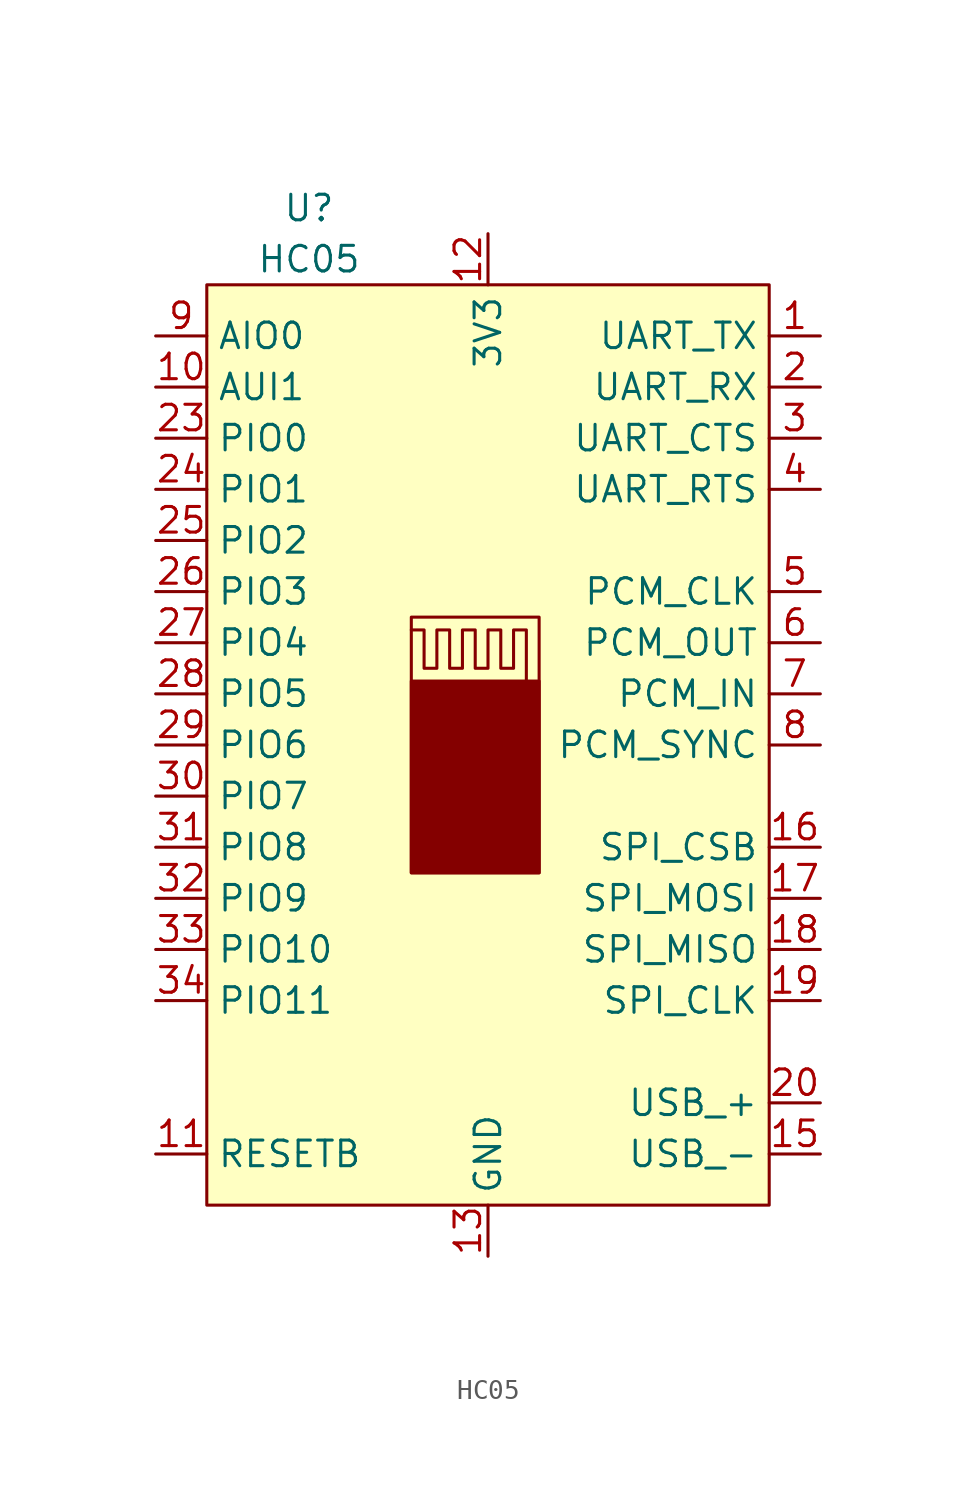
<source format=kicad_sym>
(kicad_symbol_lib
  (version 20220914)
  (generator kicad_symbol_editor)
  (symbol "HC05"
    (property "Reference" "U"
      (at 0 2.54 0)
      (effects (font (size 1.27 1.27))))
    (property "Value" "HC05"
      (at 0 0 0)
      (effects (font (size 1.27 1.27))))
    (symbol "HC05_1_1"
      (rectangle (start -5.08 -1.27) (end 22.86 -46.99) (stroke (width 0) (type default)) (fill (type background)))
      (polyline (pts (xy 10.795 -20.955) (xy 10.795 -18.415) (xy 10.16 -18.415) (xy 10.16 -20.32) (xy 9.525 -20.32) (xy 9.525 -18.415) (xy 8.89 -18.415) (xy 8.89 -20.32) (xy 8.255 -20.32) (xy 8.255 -18.415) (xy 7.62 -18.415) (xy 7.62 -20.32) (xy 6.985 -20.32) (xy 6.985 -18.415) (xy 6.35 -18.415) (xy 6.35 -20.32) (xy 5.715 -20.32) (xy 5.715 -18.415) (xy 5.08 -18.415)) (stroke (width 0) (type default)) (fill (type none)))
      (rectangle (start 5.08 -20.955) (end 11.43 -30.48) (stroke (width 0) (type default)) (fill (type outline)))
      (rectangle (start 5.08 -17.78) (end 11.43 -30.48) (stroke (width 0) (type default)) (fill (type none)))
      (pin output line (at 25.4 -3.81 180) (length 2.54) (name "UART_TX" (effects (font (size 1.27 1.27)))) (number "1" (effects (font (size 1.27 1.27)))))
      (pin bidirectional line (at -7.62 -6.35 0) (length 2.54) (name "AUI1" (effects (font (size 1.27 1.27)))) (number "10" (effects (font (size 1.27 1.27)))))
      (pin input line (at -7.62 -44.45 0) (length 2.54) (name "RESETB" (effects (font (size 1.27 1.27)))) (number "11" (effects (font (size 1.27 1.27)))))
      (pin power_in line (at 8.89 1.27 270) (length 2.54) (name "3V3" (effects (font (size 1.27 1.27)))) (number "12" (effects (font (size 1.27 1.27)))))
      (pin power_in line (at 8.89 -49.53 90) (length 2.54) (name "GND" (effects (font (size 1.27 1.27)))) (number "13" (effects (font (size 1.27 1.27)))))
      (pin bidirectional line (at 25.4 -44.45 180) (length 2.54) (name "USB_-" (effects (font (size 1.27 1.27)))) (number "15" (effects (font (size 1.27 1.27)))))
      (pin input line (at 25.4 -29.21 180) (length 2.54) (name "SPI_CSB" (effects (font (size 1.27 1.27)))) (number "16" (effects (font (size 1.27 1.27)))))
      (pin input line (at 25.4 -31.75 180) (length 2.54) (name "SPI_MOSI" (effects (font (size 1.27 1.27)))) (number "17" (effects (font (size 1.27 1.27)))))
      (pin input line (at 25.4 -34.29 180) (length 2.54) (name "SPI_MISO" (effects (font (size 1.27 1.27)))) (number "18" (effects (font (size 1.27 1.27)))))
      (pin input line (at 25.4 -36.83 180) (length 2.54) (name "SPI_CLK" (effects (font (size 1.27 1.27)))) (number "19" (effects (font (size 1.27 1.27)))))
      (pin input line (at 25.4 -6.35 180) (length 2.54) (name "UART_RX" (effects (font (size 1.27 1.27)))) (number "2" (effects (font (size 1.27 1.27)))))
      (pin bidirectional line (at 25.4 -41.91 180) (length 2.54) (name "USB_+" (effects (font (size 1.27 1.27)))) (number "20" (effects (font (size 1.27 1.27)))))
      (pin power_in line (at 8.89 -49.53 90) (length 2.54) hide (name "GND" (effects (font (size 1.27 1.27)))) (number "21" (effects (font (size 1.27 1.27)))))
      (pin power_in line (at 8.89 -49.53 90) (length 2.54) hide (name "GND" (effects (font (size 1.27 1.27)))) (number "22" (effects (font (size 1.27 1.27)))))
      (pin bidirectional line (at -7.62 -8.89 0) (length 2.54) (name "PIO0" (effects (font (size 1.27 1.27)))) (number "23" (effects (font (size 1.27 1.27)))))
      (pin bidirectional line (at -7.62 -11.43 0) (length 2.54) (name "PIO1" (effects (font (size 1.27 1.27)))) (number "24" (effects (font (size 1.27 1.27)))))
      (pin bidirectional line (at -7.62 -13.97 0) (length 2.54) (name "PIO2" (effects (font (size 1.27 1.27)))) (number "25" (effects (font (size 1.27 1.27)))))
      (pin bidirectional line (at -7.62 -16.51 0) (length 2.54) (name "PIO3" (effects (font (size 1.27 1.27)))) (number "26" (effects (font (size 1.27 1.27)))))
      (pin bidirectional line (at -7.62 -19.05 0) (length 2.54) (name "PIO4" (effects (font (size 1.27 1.27)))) (number "27" (effects (font (size 1.27 1.27)))))
      (pin bidirectional line (at -7.62 -21.59 0) (length 2.54) (name "PIO5" (effects (font (size 1.27 1.27)))) (number "28" (effects (font (size 1.27 1.27)))))
      (pin bidirectional line (at -7.62 -24.13 0) (length 2.54) (name "PIO6" (effects (font (size 1.27 1.27)))) (number "29" (effects (font (size 1.27 1.27)))))
      (pin input line (at 25.4 -8.89 180) (length 2.54) (name "UART_CTS" (effects (font (size 1.27 1.27)))) (number "3" (effects (font (size 1.27 1.27)))))
      (pin bidirectional line (at -7.62 -26.67 0) (length 2.54) (name "PIO7" (effects (font (size 1.27 1.27)))) (number "30" (effects (font (size 1.27 1.27)))))
      (pin bidirectional line (at -7.62 -29.21 0) (length 2.54) (name "PIO8" (effects (font (size 1.27 1.27)))) (number "31" (effects (font (size 1.27 1.27)))))
      (pin bidirectional line (at -7.62 -31.75 0) (length 2.54) (name "PIO9" (effects (font (size 1.27 1.27)))) (number "32" (effects (font (size 1.27 1.27)))))
      (pin bidirectional line (at -7.62 -34.29 0) (length 2.54) (name "PIO10" (effects (font (size 1.27 1.27)))) (number "33" (effects (font (size 1.27 1.27)))))
      (pin bidirectional line (at -7.62 -36.83 0) (length 2.54) (name "PIO11" (effects (font (size 1.27 1.27)))) (number "34" (effects (font (size 1.27 1.27)))))
      (pin output line (at 25.4 -11.43 180) (length 2.54) (name "UART_RTS" (effects (font (size 1.27 1.27)))) (number "4" (effects (font (size 1.27 1.27)))))
      (pin bidirectional line (at 25.4 -16.51 180) (length 2.54) (name "PCM_CLK" (effects (font (size 1.27 1.27)))) (number "5" (effects (font (size 1.27 1.27)))))
      (pin output line (at 25.4 -19.05 180) (length 2.54) (name "PCM_OUT" (effects (font (size 1.27 1.27)))) (number "6" (effects (font (size 1.27 1.27)))))
      (pin input line (at 25.4 -21.59 180) (length 2.54) (name "PCM_IN" (effects (font (size 1.27 1.27)))) (number "7" (effects (font (size 1.27 1.27)))))
      (pin bidirectional line (at 25.4 -24.13 180) (length 2.54) (name "PCM_SYNC" (effects (font (size 1.27 1.27)))) (number "8" (effects (font (size 1.27 1.27)))))
      (pin bidirectional line (at -7.62 -3.81 0) (length 2.54) (name "AIO0" (effects (font (size 1.27 1.27)))) (number "9" (effects (font (size 1.27 1.27))))))))
</source>
